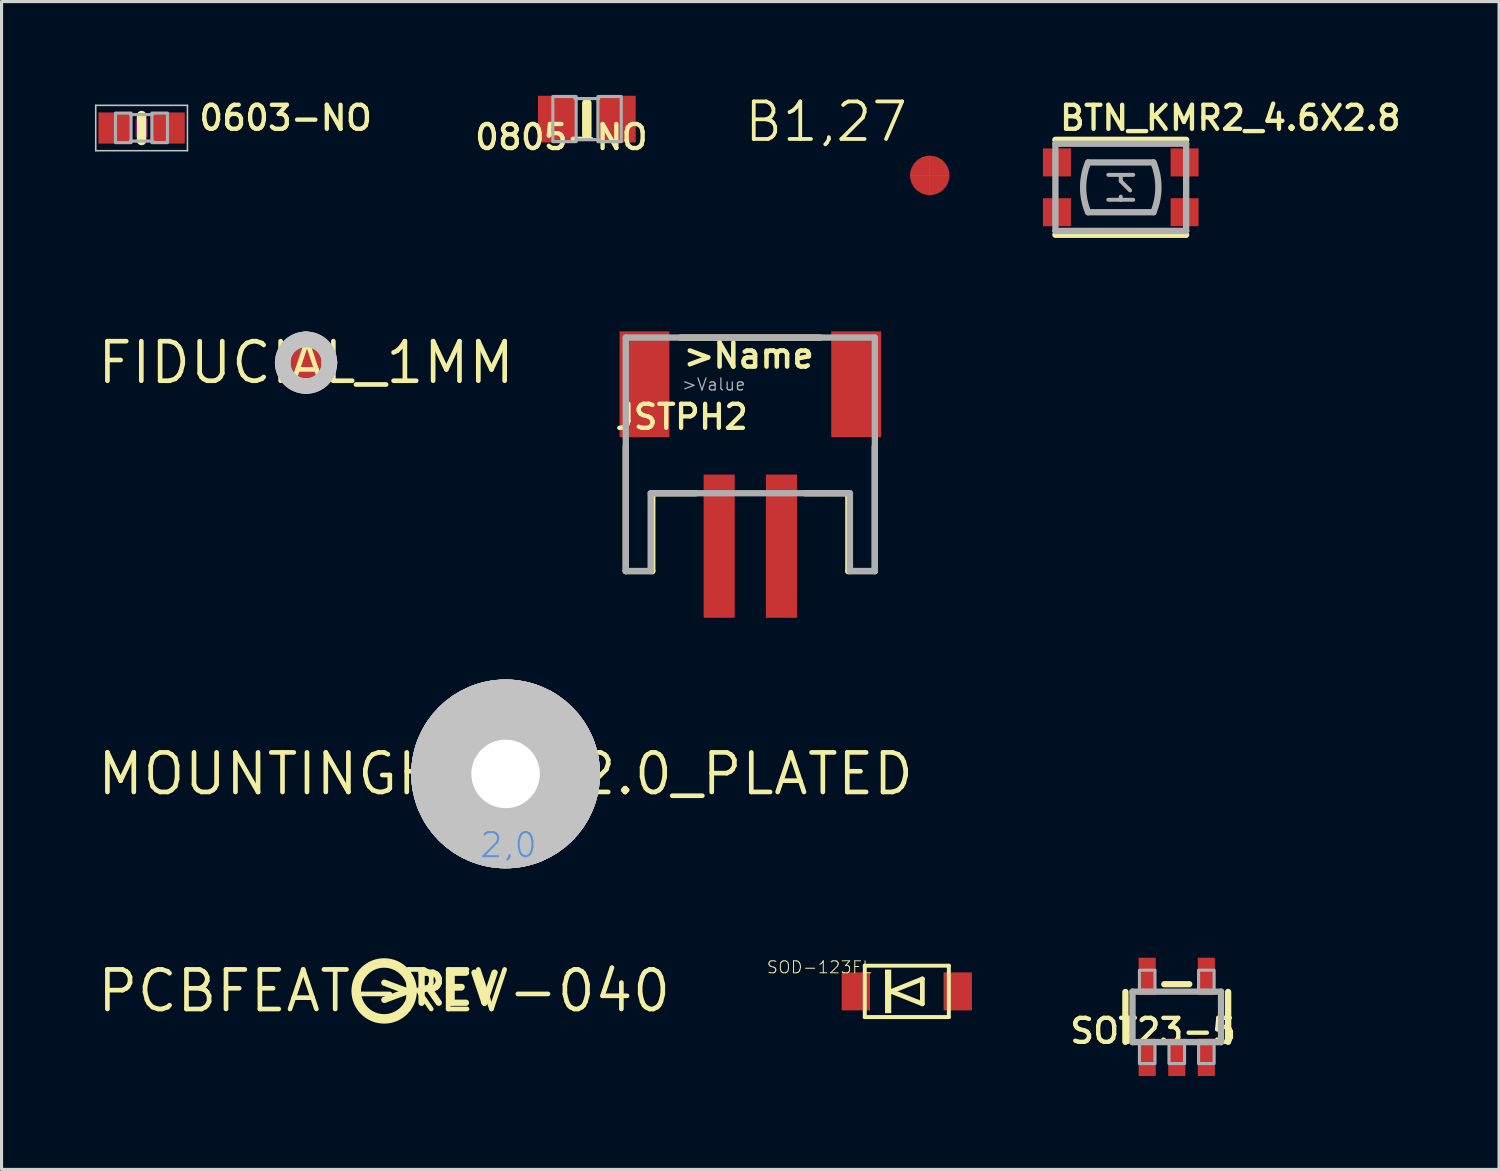
<source format=kicad_pcb>
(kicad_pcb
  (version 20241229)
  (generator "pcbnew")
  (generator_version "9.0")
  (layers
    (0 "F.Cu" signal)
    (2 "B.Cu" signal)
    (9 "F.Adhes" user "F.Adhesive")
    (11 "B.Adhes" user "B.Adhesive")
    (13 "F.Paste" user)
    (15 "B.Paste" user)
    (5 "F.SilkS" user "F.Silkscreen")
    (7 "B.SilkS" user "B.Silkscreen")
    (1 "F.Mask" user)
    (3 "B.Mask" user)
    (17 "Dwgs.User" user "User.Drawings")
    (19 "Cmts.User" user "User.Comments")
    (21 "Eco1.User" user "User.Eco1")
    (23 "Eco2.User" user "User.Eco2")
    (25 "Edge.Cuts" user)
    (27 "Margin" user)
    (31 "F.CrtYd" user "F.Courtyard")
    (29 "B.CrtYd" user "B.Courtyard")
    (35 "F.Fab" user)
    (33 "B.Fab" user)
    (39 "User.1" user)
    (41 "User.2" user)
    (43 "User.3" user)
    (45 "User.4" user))
  (footprint "SOT23-5"
    (layer "F.Cu")
    (at 34.751 29.615)
    (property "Reference" "SOT23-5" (at 1.978 0 180) (layer "F.SilkS") (effects (font (size 0.772 0.772) (thickness 0.139)) (justify right top)))
    (attr through_hole)
    (fp_line (start -1.65 -0.8) (end -1.65 0.8) (stroke (width 0.203) (type solid)) (layer "F.SilkS"))
    (fp_line (start -0.4 -1.05) (end 0.4 -1.05) (stroke (width 0.203) (type solid)) (layer "F.SilkS"))
    (fp_line (start 1.65 -0.8) (end 1.65 0.8) (stroke (width 0.203) (type solid)) (layer "F.SilkS"))
    (fp_line (start -1.422 -0.81) (end 1.422 -0.81) (stroke (width 0.203) (type solid)) (layer "F.Fab"))
    (fp_line (start -1.422 0.81) (end -1.422 -0.81) (stroke (width 0.203) (type solid)) (layer "F.Fab"))
    (fp_line (start 1.422 -0.81) (end 1.422 0.81) (stroke (width 0.203) (type solid)) (layer "F.Fab"))
    (fp_line (start 1.422 0.81) (end -1.422 0.81) (stroke (width 0.203) (type solid)) (layer "F.Fab"))
    (fp_poly (pts (xy -1.2 -0.85) (xy -0.7 -0.85) (xy -0.7 -1.5) (xy -1.2 -1.5)) (stroke (width 0.1) (type solid)) (fill no) (layer "F.Fab"))
    (fp_poly (pts (xy -1.2 1.5) (xy -0.7 1.5) (xy -0.7 0.85) (xy -1.2 0.85)) (stroke (width 0.1) (type solid)) (fill no) (layer "F.Fab"))
    (fp_poly (pts (xy -0.25 1.5) (xy 0.25 1.5) (xy 0.25 0.85) (xy -0.25 0.85)) (stroke (width 0.1) (type solid)) (fill no) (layer "F.Fab"))
    (fp_poly (pts (xy 0.7 -0.85) (xy 1.2 -0.85) (xy 1.2 -1.5) (xy 0.7 -1.5)) (stroke (width 0.1) (type solid)) (fill no) (layer "F.Fab"))
    (fp_poly (pts (xy 0.7 1.5) (xy 1.2 1.5) (xy 1.2 0.85) (xy 0.7 0.85)) (stroke (width 0.1) (type solid)) (fill no) (layer "F.Fab"))
    (pad "1" smd rect (at -0.95 1.3) (size 0.55 1.2) (layers "F.Cu" "F.Mask" "F.Paste"))
    (pad "2" smd rect (at 0 1.3) (size 0.55 1.2) (layers "F.Cu" "F.Mask" "F.Paste"))
    (pad "3" smd rect (at 0.95 1.3) (size 0.55 1.2) (layers "F.Cu" "F.Mask" "F.Paste"))
    (pad "4" smd rect (at 0.95 -1.3) (size 0.55 1.2) (layers "F.Cu" "F.Mask" "F.Paste"))
    (pad "5" smd rect (at -0.95 -1.3) (size 0.55 1.2) (layers "F.Cu" "F.Mask" "F.Paste")))
  (footprint "BTN_KMR2_4.6X2.8"
    (layer "F.Cu")
    (at 32.952 2.967)
    (property "Reference" "BTN_KMR2_4.6X2.8" (at -2.032 -1.778 0) (layer "F.SilkS") (effects (font (size 0.772 0.772) (thickness 0.139)) (justify left bottom)))
    (attr through_hole)
    (fp_line (start -2.1 -1.525) (end 2.1 -1.525) (stroke (width 0.203) (type solid)) (layer "F.SilkS"))
    (fp_line (start 2.1 1.525) (end -2.1 1.525) (stroke (width 0.203) (type solid)) (layer "F.SilkS"))
    (fp_line (start -2.1 -1.4) (end 2.1 -1.4) (stroke (width 0.203) (type solid)) (layer "F.Fab"))
    (fp_line (start -2.1 1.4) (end -2.1 -1.4) (stroke (width 0.203) (type solid)) (layer "F.Fab"))
    (fp_line (start -1.05 -0.8) (end 1.05 -0.8) (stroke (width 0.203) (type solid)) (layer "F.Fab"))
    (fp_line (start -0.4 -0.4) (end 0 -0.4) (stroke (width 0.127) (type solid)) (layer "F.Fab"))
    (fp_line (start -0.4 0.4) (end 0 0.4) (stroke (width 0.127) (type solid)) (layer "F.Fab"))
    (fp_line (start 0 -0.4) (end 0 -0.2) (stroke (width 0.127) (type solid)) (layer "F.Fab"))
    (fp_line (start 0 -0.4) (end 0.4 -0.4) (stroke (width 0.127) (type solid)) (layer "F.Fab"))
    (fp_line (start 0 -0.2) (end 0.3 0.1) (stroke (width 0.127) (type solid)) (layer "F.Fab"))
    (fp_line (start 0 0.4) (end 0 0.3) (stroke (width 0.127) (type solid)) (layer "F.Fab"))
    (fp_line (start 0 0.4) (end 0.4 0.4) (stroke (width 0.127) (type solid)) (layer "F.Fab"))
    (fp_line (start 1.05 0.8) (end -1.05 0.8) (stroke (width 0.203) (type solid)) (layer "F.Fab"))
    (fp_line (start 2.1 -1.4) (end 2.1 1.4) (stroke (width 0.203) (type solid)) (layer "F.Fab"))
    (fp_line (start 2.1 1.4) (end -2.1 1.4) (stroke (width 0.203) (type solid)) (layer "F.Fab"))
    (fp_arc (start -1.05 0.8) (mid -1.209128 0) (end -1.05 -0.799999) (stroke (width 0.2032) (type solid)) (layer "F.Fab"))
    (fp_arc (start 1.05 -0.8) (mid 1.209128 0) (end 1.05 0.799999) (stroke (width 0.2032) (type solid)) (layer "F.Fab"))
    (pad "A" smd rect (at 2.05 -0.8) (size 0.9 0.9) (layers "F.Cu" "F.Mask" "F.Paste"))
    (pad "A'" smd rect (at -2.05 -0.8) (size 0.9 0.9) (layers "F.Cu" "F.Mask" "F.Paste"))
    (pad "B" smd rect (at 2.05 0.8) (size 0.9 0.9) (layers "F.Cu" "F.Mask" "F.Paste"))
    (pad "B'" smd rect (at -2.05 0.8) (size 0.9 0.9) (layers "F.Cu" "F.Mask" "F.Paste")))
  (footprint "B1,27"
    (layer "F.Cu")
    (at 26.816 2.584)
    (property "Reference" "B1,27" (at -0.635 -1.016 180) (layer "F.SilkS") (effects (font (size 1.206 1.206) (thickness 0.121)) (justify right bottom)))
    (attr through_hole)
    (fp_line (start -0.635 0) (end 0.635 0) (stroke (width 0.002) (type solid)) (layer "Dwgs.User"))
    (fp_line (start 0 -0.635) (end 0 0.635) (stroke (width 0.002) (type solid)) (layer "Dwgs.User"))
    (pad "TP" smd roundrect (at 0 0) (size 1.27 1.27) (layers "F.Cu" "F.Mask") (roundrect_rratio 0.5)))
  (footprint "FIDUCIAL_1MM"
    (layer "F.Cu")
    (at 6.781 8.6)
    (property "Reference" "FIDUCIAL_1MM" (at 0 0 0) (layer "F.SilkS") (effects (font (size 1.27 1.27) (thickness 0.15))))
    (attr through_hole)
    (fp_arc (start -0.75 0) (mid -0.53033 -0.53033) (end 0 -0.75) (stroke (width 0.5) (type solid)) (layer "F.Mask"))
    (fp_arc (start 0 -0.75) (mid 0.53033 -0.53033) (end 0.75 0) (stroke (width 0.5) (type solid)) (layer "F.Mask"))
    (fp_arc (start 0 0.75) (mid -0.53033 0.53033) (end -0.75 0) (stroke (width 0.5) (type solid)) (layer "F.Mask"))
    (fp_arc (start 0.75 0) (mid 0.53033 0.53033) (end 0 0.75) (stroke (width 0.5) (type solid)) (layer "F.Mask"))
    (fp_arc (start -0.75 0) (mid -0.53033 -0.53033) (end 0 -0.75) (stroke (width 0.5) (type solid)) (layer "Dwgs.User"))
    (fp_arc (start -0.75 0) (mid -0.53033 -0.53033) (end 0 -0.75) (stroke (width 0.5) (type solid)) (layer "Dwgs.User"))
    (fp_arc (start 0 -0.75) (mid 0.53033 -0.53033) (end 0.75 0) (stroke (width 0.5) (type solid)) (layer "Dwgs.User"))
    (fp_arc (start 0 -0.75) (mid 0.53033 -0.53033) (end 0.75 0) (stroke (width 0.5) (type solid)) (layer "Dwgs.User"))
    (fp_arc (start 0 0.75) (mid -0.53033 0.53033) (end -0.75 0) (stroke (width 0.5) (type solid)) (layer "Dwgs.User"))
    (fp_arc (start 0 0.75) (mid -0.53033 0.53033) (end -0.75 0) (stroke (width 0.5) (type solid)) (layer "Dwgs.User"))
    (fp_arc (start 0.75 0) (mid 0.53033 0.53033) (end 0 0.75) (stroke (width 0.5) (type solid)) (layer "Dwgs.User"))
    (fp_arc (start 0.75 0) (mid 0.53033 0.53033) (end 0 0.75) (stroke (width 0.5) (type solid)) (layer "Dwgs.User"))
    (pad "1" smd roundrect (at 0 0) (size 1 1) (layers "F.Cu" "F.Mask") (roundrect_rratio 0.5)))
  (footprint "PCBFEAT-REV-040"
    (layer "F.Cu")
    (at 9.29 28.781)
    (property "Reference" "PCBFEAT-REV-040" (at 0 0 0) (layer "F.SilkS") (effects (font (size 1.27 1.27) (thickness 0.15))))
    (attr through_hole)
    (fp_circle (center 0 0) (end 0.898 0) (stroke (width 0.305) (type solid)) (fill no) (layer "F.SilkS"))
    (fp_text user ">REV" (at -0.356 0.508 0) (layer "F.SilkS") (effects (font (size 0.965 0.965) (thickness 0.203)) (justify left bottom))))
  (footprint "JSTPH2"
    (layer "F.Cu")
    (at 21.052 10.794)
    (property "Reference" "JSTPH2" (at 0 0 180) (layer "F.SilkS") (effects (font (size 0.772 0.772) (thickness 0.139)) (justify right bottom)))
    (attr through_hole)
    (fp_line (start -4 4.5) (end -4 0.5) (stroke (width 0.203) (type solid)) (layer "F.SilkS"))
    (fp_line (start -3.15 2) (end -3.15 4.5) (stroke (width 0.203) (type solid)) (layer "F.SilkS"))
    (fp_line (start -3.15 4.5) (end -4 4.5) (stroke (width 0.203) (type solid)) (layer "F.SilkS"))
    (fp_line (start -2.25 -3) (end 2.25 -3) (stroke (width 0.203) (type solid)) (layer "F.SilkS"))
    (fp_line (start -1.75 2) (end -3.15 2) (stroke (width 0.203) (type solid)) (layer "F.SilkS"))
    (fp_line (start 3.15 2) (end 1.75 2) (stroke (width 0.203) (type solid)) (layer "F.SilkS"))
    (fp_line (start 3.15 4.5) (end 3.15 2) (stroke (width 0.203) (type solid)) (layer "F.SilkS"))
    (fp_line (start 4 0.5) (end 4 4.5) (stroke (width 0.203) (type solid)) (layer "F.SilkS"))
    (fp_line (start 4 4.5) (end 3.15 4.5) (stroke (width 0.203) (type solid)) (layer "F.SilkS"))
    (fp_line (start -4 -3) (end 4 -3) (stroke (width 0.203) (type solid)) (layer "F.Fab"))
    (fp_line (start -4 4.5) (end -4 -3) (stroke (width 0.203) (type solid)) (layer "F.Fab"))
    (fp_line (start -3.2 2) (end -3.2 4.5) (stroke (width 0.203) (type solid)) (layer "F.Fab"))
    (fp_line (start -3.2 4.5) (end -4 4.5) (stroke (width 0.203) (type solid)) (layer "F.Fab"))
    (fp_line (start 3.2 2) (end -3.2 2) (stroke (width 0.203) (type solid)) (layer "F.Fab"))
    (fp_line (start 3.2 4.5) (end 3.2 2) (stroke (width 0.203) (type solid)) (layer "F.Fab"))
    (fp_line (start 4 -3) (end 4 4.5) (stroke (width 0.203) (type solid)) (layer "F.Fab"))
    (fp_line (start 4 4.5) (end 3.2 4.5) (stroke (width 0.203) (type solid)) (layer "F.Fab"))
    (fp_text user ">Name" (at -2.223 -1.968 0) (layer "F.SilkS") (effects (font (size 0.772 0.772) (thickness 0.146)) (justify left bottom)))
    (fp_text user ">Value" (at -2.223 -1.27 0) (layer "F.Fab") (effects (font (size 0.386 0.386) (thickness 0.041)) (justify left bottom)))
    (pad "1" smd rect (at -1 3.7) (size 1 4.6) (layers "F.Cu" "F.Mask" "F.Paste"))
    (pad "2" smd rect (at 1 3.7) (size 1 4.6) (layers "F.Cu" "F.Mask" "F.Paste"))
    (pad "NC1" smd rect (at -3.4 -1.5 90) (size 3.4 1.6) (layers "F.Cu" "F.Mask" "F.Paste"))
    (pad "NC2" smd rect (at 3.4 -1.5 90) (size 3.4 1.6) (layers "F.Cu" "F.Mask" "F.Paste")))
  (footprint "0603-NO"
    (layer "F.Cu")
    (at 1.498 1.062)
    (property "Reference" "0603-NO" (at 1.778 0.127 0) (layer "F.SilkS") (effects (font (size 0.772 0.772) (thickness 0.139)) (justify left bottom)))
    (attr through_hole)
    (fp_line (start 0 -0.4) (end 0 0.4) (stroke (width 0.305) (type solid)) (layer "F.SilkS"))
    (fp_poly (pts (xy -0.2 0.3) (xy 0.2 0.3) (xy 0.2 -0.3) (xy -0.2 -0.3)) (stroke (width 0) (type solid)) (fill yes) (layer "F.Adhes"))
    (fp_line (start -1.473 -0.729) (end 1.473 -0.729) (stroke (width 0.051) (type solid)) (layer "Dwgs.User"))
    (fp_line (start -1.473 0.729) (end -1.473 -0.729) (stroke (width 0.051) (type solid)) (layer "Dwgs.User"))
    (fp_line (start 1.473 -0.729) (end 1.473 0.729) (stroke (width 0.051) (type solid)) (layer "Dwgs.User"))
    (fp_line (start 1.473 0.729) (end -1.473 0.729) (stroke (width 0.051) (type solid)) (layer "Dwgs.User"))
    (fp_line (start -0.356 -0.432) (end 0.356 -0.432) (stroke (width 0.102) (type solid)) (layer "F.Fab"))
    (fp_line (start -0.356 0.419) (end 0.356 0.419) (stroke (width 0.102) (type solid)) (layer "F.Fab"))
    (fp_poly (pts (xy -0.838 0.47) (xy -0.338 0.47) (xy -0.338 -0.48) (xy -0.838 -0.48)) (stroke (width 0.1) (type solid)) (fill no) (layer "F.Fab"))
    (fp_poly (pts (xy 0.33 0.47) (xy 0.83 0.47) (xy 0.83 -0.48) (xy 0.33 -0.48)) (stroke (width 0.1) (type solid)) (fill no) (layer "F.Fab"))
    (pad "1" smd rect (at -0.85 0) (size 1.075 1) (layers "F.Cu" "F.Mask" "F.Paste"))
    (pad "2" smd rect (at 0.85 0) (size 1.075 1) (layers "F.Cu" "F.Mask" "F.Paste")))
  (footprint "MOUNTINGHOLE_2.0_PLATED"
    (layer "F.Cu")
    (at 13.191 21.81)
    (property "Reference" "MOUNTINGHOLE_2.0_PLATED" (at 0 0 0) (layer "F.SilkS") (effects (font (size 1.27 1.27) (thickness 0.15))))
    (attr through_hole)
    (fp_circle (center 0 0) (end 1.8 0) (stroke (width 0.203) (type solid)) (fill no) (layer "F.SilkS"))
    (fp_circle (center 0 0) (end 1 0) (stroke (width 2.032) (type solid)) (fill no) (layer "Dwgs.User"))
    (fp_circle (center 0 0) (end 1 0) (stroke (width 2.032) (type solid)) (fill no) (layer "Dwgs.User"))
    (fp_circle (center 0 0) (end 1 0) (stroke (width 2.032) (type solid)) (fill no) (layer "Dwgs.User"))
    (fp_circle (center 0 0) (end 1 0) (stroke (width 2.032) (type solid)) (fill no) (layer "Dwgs.User"))
    (fp_circle (center 0 0) (end 1 0) (stroke (width 2.032) (type solid)) (fill no) (layer "Dwgs.User"))
    (fp_text user "2,0" (at -0.87 2.74 0) (layer "Cmts.User") (effects (font (size 0.772 0.772) (thickness 0.065)) (justify left bottom)))
    (pad "P$1" thru_hole circle (at 0 0) (size 3 3) (drill 2.2) (layers "*.Cu" "*.Mask")))
  (footprint "0805-NO"
    (layer "F.Cu")
    (at 15.8 0.776)
    (property "Reference" "0805-NO" (at 2.032 0.127 180) (layer "F.SilkS") (effects (font (size 0.772 0.772) (thickness 0.139)) (justify right top)))
    (attr through_hole)
    (fp_line (start 0 -0.508) (end 0 0.508) (stroke (width 0.305) (type solid)) (layer "F.SilkS"))
    (fp_line (start -0.381 -0.66) (end 0.381 -0.66) (stroke (width 0.102) (type solid)) (layer "F.Fab"))
    (fp_line (start -0.356 0.66) (end 0.381 0.66) (stroke (width 0.102) (type solid)) (layer "F.Fab"))
    (fp_poly (pts (xy -1.092 0.724) (xy -0.342 0.724) (xy -0.342 -0.726) (xy -1.092 -0.726)) (stroke (width 0.1) (type solid)) (fill no) (layer "F.Fab"))
    (fp_poly (pts (xy 0.356 0.724) (xy 1.106 0.724) (xy 1.106 -0.726) (xy 0.356 -0.726)) (stroke (width 0.1) (type solid)) (fill no) (layer "F.Fab"))
    (pad "1" smd rect (at -0.95 0) (size 1.24 1.5) (layers "F.Cu" "F.Mask" "F.Paste"))
    (pad "2" smd rect (at 0.95 0) (size 1.24 1.5) (layers "F.Cu" "F.Mask" "F.Paste")))
  (footprint "SOD-123FL"
    (layer "F.Cu")
    (at 26.079 28.796)
    (property "Reference" "SOD-123FL" (at -1.1 -1 180) (layer "F.SilkS") (effects (font (size 0.386 0.386) (thickness 0.031)) (justify right top)))
    (attr through_hole)
    (fp_line (start -1.35 -0.825) (end 1.35 -0.825) (stroke (width 0.127) (type solid)) (layer "F.SilkS"))
    (fp_line (start -1.35 0.825) (end -1.35 -0.825) (stroke (width 0.127) (type solid)) (layer "F.SilkS"))
    (fp_line (start -0.5 0) (end 0.5 -0.4) (stroke (width 0.152) (type solid)) (layer "F.SilkS"))
    (fp_line (start 0.5 -0.4) (end 0.5 0.4) (stroke (width 0.152) (type solid)) (layer "F.SilkS"))
    (fp_line (start 0.5 0.4) (end -0.5 0) (stroke (width 0.152) (type solid)) (layer "F.SilkS"))
    (fp_line (start 1.35 -0.825) (end 1.35 0.825) (stroke (width 0.127) (type solid)) (layer "F.SilkS"))
    (fp_line (start 1.35 0.825) (end -1.35 0.825) (stroke (width 0.127) (type solid)) (layer "F.SilkS"))
    (fp_poly (pts (xy -0.7 0.7) (xy -0.5 0.7) (xy -0.5 -0.7) (xy -0.7 -0.7)) (stroke (width 0) (type solid)) (fill yes) (layer "F.SilkS"))
    (pad "A" smd rect (at 1.637 0) (size 0.91 1.22) (layers "F.Cu" "F.Mask" "F.Paste"))
    (pad "C" smd rect (at -1.637 0) (size 0.91 1.22) (layers "F.Cu" "F.Mask" "F.Paste")))
  (gr_rect
    (start -3 -3)
    (end 45.103 34.515)
    (stroke (width 0.1) (type default))
    (fill no)
    (layer "Edge.Cuts")))
</source>
